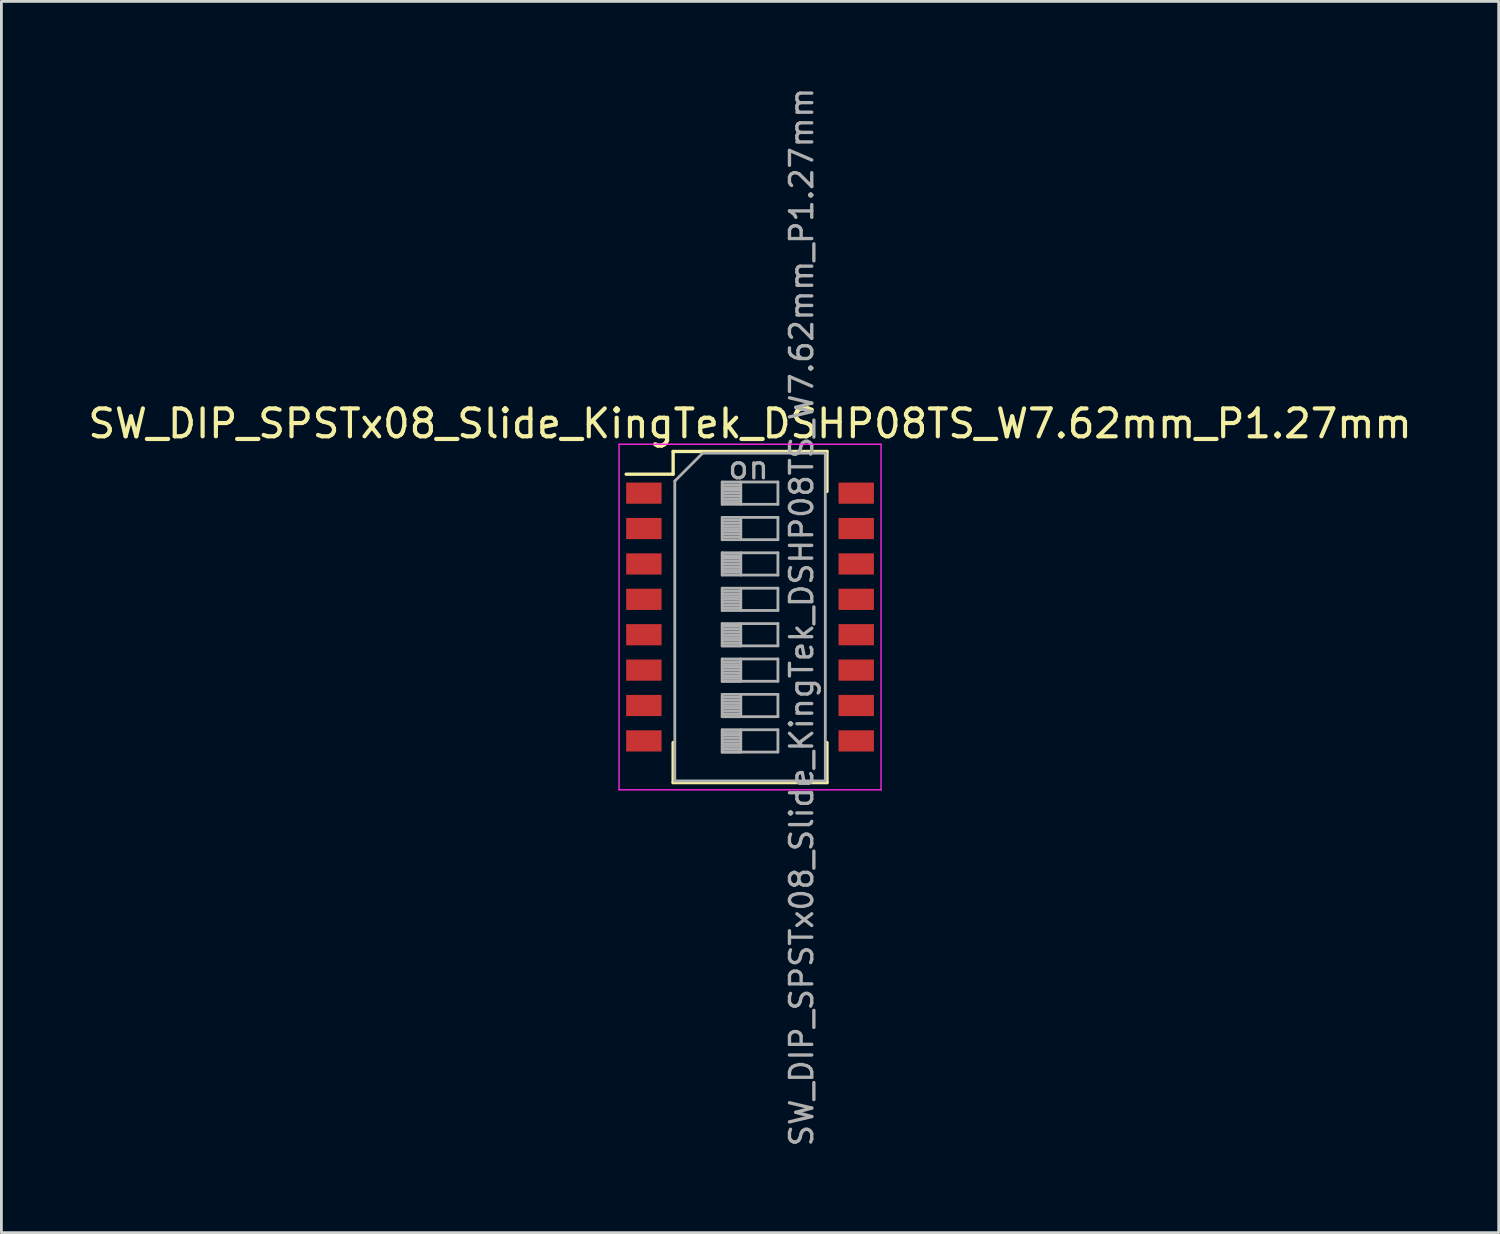
<source format=kicad_pcb>
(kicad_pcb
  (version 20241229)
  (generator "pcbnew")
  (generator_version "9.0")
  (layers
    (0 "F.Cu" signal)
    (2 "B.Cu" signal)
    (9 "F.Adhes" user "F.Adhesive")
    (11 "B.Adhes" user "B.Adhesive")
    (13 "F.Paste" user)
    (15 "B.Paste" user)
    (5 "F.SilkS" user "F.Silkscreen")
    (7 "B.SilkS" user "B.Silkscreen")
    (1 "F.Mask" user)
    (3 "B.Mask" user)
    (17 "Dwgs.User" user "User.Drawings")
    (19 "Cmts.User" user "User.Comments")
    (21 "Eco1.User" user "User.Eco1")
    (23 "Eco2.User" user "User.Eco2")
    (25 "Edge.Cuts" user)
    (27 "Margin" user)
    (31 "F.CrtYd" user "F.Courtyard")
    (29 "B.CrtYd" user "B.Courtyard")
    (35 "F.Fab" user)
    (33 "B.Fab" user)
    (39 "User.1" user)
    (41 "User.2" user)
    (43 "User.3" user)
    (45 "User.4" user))
  (footprint "SW_DIP_SPSTx08_Slide_KingTek_DSHP08TS_W7.62mm_P1.27mm"
    (layer "F.Cu")
    (at 23.863 19.09)
    (property "Reference" "SW_DIP_SPSTx08_Slide_KingTek_DSHP08TS_W7.62mm_P1.27mm" (at 0 -6.94 0) (layer "F.SilkS") (effects (font (size 1 1) (thickness 0.15))))
    (attr smd)
    (fp_line (start -4.446 -5.125) (end -2.76 -5.125) (stroke (width 0.12) (type solid)) (layer "F.SilkS"))
    (fp_line (start -2.76 -5.941) (end -2.76 -5.125) (stroke (width 0.12) (type solid)) (layer "F.SilkS"))
    (fp_line (start -2.76 -5.941) (end 2.76 -5.941) (stroke (width 0.12) (type solid)) (layer "F.SilkS"))
    (fp_line (start -2.76 4.505) (end -2.76 5.94) (stroke (width 0.12) (type solid)) (layer "F.SilkS"))
    (fp_line (start -2.76 5.94) (end 2.76 5.94) (stroke (width 0.12) (type solid)) (layer "F.SilkS"))
    (fp_line (start 2.76 -5.941) (end 2.76 -4.506) (stroke (width 0.12) (type solid)) (layer "F.SilkS"))
    (fp_line (start 2.76 4.505) (end 2.76 5.94) (stroke (width 0.12) (type solid)) (layer "F.SilkS"))
    (fp_line (start -4.7 -6.2) (end -4.7 6.2) (stroke (width 0.05) (type solid)) (layer "F.CrtYd"))
    (fp_line (start -4.7 6.2) (end 4.7 6.2) (stroke (width 0.05) (type solid)) (layer "F.CrtYd"))
    (fp_line (start 4.7 -6.2) (end -4.7 -6.2) (stroke (width 0.05) (type solid)) (layer "F.CrtYd"))
    (fp_line (start 4.7 6.2) (end 4.7 -6.2) (stroke (width 0.05) (type solid)) (layer "F.CrtYd"))
    (fp_line (start -2.7 -4.88) (end -1.7 -5.88) (stroke (width 0.1) (type solid)) (layer "F.Fab"))
    (fp_line (start -2.7 5.88) (end -2.7 -4.88) (stroke (width 0.1) (type solid)) (layer "F.Fab"))
    (fp_line (start -1.7 -5.88) (end 2.7 -5.88) (stroke (width 0.1) (type solid)) (layer "F.Fab"))
    (fp_line (start -1 -4.845) (end -1 -4.045) (stroke (width 0.1) (type solid)) (layer "F.Fab"))
    (fp_line (start -1 -4.745) (end -0.333 -4.745) (stroke (width 0.1) (type solid)) (layer "F.Fab"))
    (fp_line (start -1 -4.645) (end -0.333 -4.645) (stroke (width 0.1) (type solid)) (layer "F.Fab"))
    (fp_line (start -1 -4.545) (end -0.333 -4.545) (stroke (width 0.1) (type solid)) (layer "F.Fab"))
    (fp_line (start -1 -4.445) (end -0.333 -4.445) (stroke (width 0.1) (type solid)) (layer "F.Fab"))
    (fp_line (start -1 -4.345) (end -0.333 -4.345) (stroke (width 0.1) (type solid)) (layer "F.Fab"))
    (fp_line (start -1 -4.245) (end -0.333 -4.245) (stroke (width 0.1) (type solid)) (layer "F.Fab"))
    (fp_line (start -1 -4.145) (end -0.333 -4.145) (stroke (width 0.1) (type solid)) (layer "F.Fab"))
    (fp_line (start -1 -4.045) (end 1 -4.045) (stroke (width 0.1) (type solid)) (layer "F.Fab"))
    (fp_line (start -1 -3.575) (end -1 -2.775) (stroke (width 0.1) (type solid)) (layer "F.Fab"))
    (fp_line (start -1 -3.475) (end -0.333 -3.475) (stroke (width 0.1) (type solid)) (layer "F.Fab"))
    (fp_line (start -1 -3.375) (end -0.333 -3.375) (stroke (width 0.1) (type solid)) (layer "F.Fab"))
    (fp_line (start -1 -3.275) (end -0.333 -3.275) (stroke (width 0.1) (type solid)) (layer "F.Fab"))
    (fp_line (start -1 -3.175) (end -0.333 -3.175) (stroke (width 0.1) (type solid)) (layer "F.Fab"))
    (fp_line (start -1 -3.075) (end -0.333 -3.075) (stroke (width 0.1) (type solid)) (layer "F.Fab"))
    (fp_line (start -1 -2.975) (end -0.333 -2.975) (stroke (width 0.1) (type solid)) (layer "F.Fab"))
    (fp_line (start -1 -2.875) (end -0.333 -2.875) (stroke (width 0.1) (type solid)) (layer "F.Fab"))
    (fp_line (start -1 -2.775) (end 1 -2.775) (stroke (width 0.1) (type solid)) (layer "F.Fab"))
    (fp_line (start -1 -2.305) (end -1 -1.505) (stroke (width 0.1) (type solid)) (layer "F.Fab"))
    (fp_line (start -1 -2.205) (end -0.333 -2.205) (stroke (width 0.1) (type solid)) (layer "F.Fab"))
    (fp_line (start -1 -2.105) (end -0.333 -2.105) (stroke (width 0.1) (type solid)) (layer "F.Fab"))
    (fp_line (start -1 -2.005) (end -0.333 -2.005) (stroke (width 0.1) (type solid)) (layer "F.Fab"))
    (fp_line (start -1 -1.905) (end -0.333 -1.905) (stroke (width 0.1) (type solid)) (layer "F.Fab"))
    (fp_line (start -1 -1.805) (end -0.333 -1.805) (stroke (width 0.1) (type solid)) (layer "F.Fab"))
    (fp_line (start -1 -1.705) (end -0.333 -1.705) (stroke (width 0.1) (type solid)) (layer "F.Fab"))
    (fp_line (start -1 -1.605) (end -0.333 -1.605) (stroke (width 0.1) (type solid)) (layer "F.Fab"))
    (fp_line (start -1 -1.505) (end 1 -1.505) (stroke (width 0.1) (type solid)) (layer "F.Fab"))
    (fp_line (start -1 -1.035) (end -1 -0.235) (stroke (width 0.1) (type solid)) (layer "F.Fab"))
    (fp_line (start -1 -0.935) (end -0.333 -0.935) (stroke (width 0.1) (type solid)) (layer "F.Fab"))
    (fp_line (start -1 -0.835) (end -0.333 -0.835) (stroke (width 0.1) (type solid)) (layer "F.Fab"))
    (fp_line (start -1 -0.735) (end -0.333 -0.735) (stroke (width 0.1) (type solid)) (layer "F.Fab"))
    (fp_line (start -1 -0.635) (end -0.333 -0.635) (stroke (width 0.1) (type solid)) (layer "F.Fab"))
    (fp_line (start -1 -0.535) (end -0.333 -0.535) (stroke (width 0.1) (type solid)) (layer "F.Fab"))
    (fp_line (start -1 -0.435) (end -0.333 -0.435) (stroke (width 0.1) (type solid)) (layer "F.Fab"))
    (fp_line (start -1 -0.335) (end -0.333 -0.335) (stroke (width 0.1) (type solid)) (layer "F.Fab"))
    (fp_line (start -1 -0.235) (end 1 -0.235) (stroke (width 0.1) (type solid)) (layer "F.Fab"))
    (fp_line (start -1 0.235) (end -1 1.035) (stroke (width 0.1) (type solid)) (layer "F.Fab"))
    (fp_line (start -1 0.335) (end -0.333 0.335) (stroke (width 0.1) (type solid)) (layer "F.Fab"))
    (fp_line (start -1 0.435) (end -0.333 0.435) (stroke (width 0.1) (type solid)) (layer "F.Fab"))
    (fp_line (start -1 0.535) (end -0.333 0.535) (stroke (width 0.1) (type solid)) (layer "F.Fab"))
    (fp_line (start -1 0.635) (end -0.333 0.635) (stroke (width 0.1) (type solid)) (layer "F.Fab"))
    (fp_line (start -1 0.735) (end -0.333 0.735) (stroke (width 0.1) (type solid)) (layer "F.Fab"))
    (fp_line (start -1 0.835) (end -0.333 0.835) (stroke (width 0.1) (type solid)) (layer "F.Fab"))
    (fp_line (start -1 0.935) (end -0.333 0.935) (stroke (width 0.1) (type solid)) (layer "F.Fab"))
    (fp_line (start -1 1.035) (end -0.333 1.035) (stroke (width 0.1) (type solid)) (layer "F.Fab"))
    (fp_line (start -1 1.035) (end 1 1.035) (stroke (width 0.1) (type solid)) (layer "F.Fab"))
    (fp_line (start -1 1.505) (end -1 2.305) (stroke (width 0.1) (type solid)) (layer "F.Fab"))
    (fp_line (start -1 1.605) (end -0.333 1.605) (stroke (width 0.1) (type solid)) (layer "F.Fab"))
    (fp_line (start -1 1.705) (end -0.333 1.705) (stroke (width 0.1) (type solid)) (layer "F.Fab"))
    (fp_line (start -1 1.805) (end -0.333 1.805) (stroke (width 0.1) (type solid)) (layer "F.Fab"))
    (fp_line (start -1 1.905) (end -0.333 1.905) (stroke (width 0.1) (type solid)) (layer "F.Fab"))
    (fp_line (start -1 2.005) (end -0.333 2.005) (stroke (width 0.1) (type solid)) (layer "F.Fab"))
    (fp_line (start -1 2.105) (end -0.333 2.105) (stroke (width 0.1) (type solid)) (layer "F.Fab"))
    (fp_line (start -1 2.205) (end -0.333 2.205) (stroke (width 0.1) (type solid)) (layer "F.Fab"))
    (fp_line (start -1 2.305) (end -0.333 2.305) (stroke (width 0.1) (type solid)) (layer "F.Fab"))
    (fp_line (start -1 2.305) (end 1 2.305) (stroke (width 0.1) (type solid)) (layer "F.Fab"))
    (fp_line (start -1 2.775) (end -1 3.575) (stroke (width 0.1) (type solid)) (layer "F.Fab"))
    (fp_line (start -1 2.875) (end -0.333 2.875) (stroke (width 0.1) (type solid)) (layer "F.Fab"))
    (fp_line (start -1 2.975) (end -0.333 2.975) (stroke (width 0.1) (type solid)) (layer "F.Fab"))
    (fp_line (start -1 3.075) (end -0.333 3.075) (stroke (width 0.1) (type solid)) (layer "F.Fab"))
    (fp_line (start -1 3.175) (end -0.333 3.175) (stroke (width 0.1) (type solid)) (layer "F.Fab"))
    (fp_line (start -1 3.275) (end -0.333 3.275) (stroke (width 0.1) (type solid)) (layer "F.Fab"))
    (fp_line (start -1 3.375) (end -0.333 3.375) (stroke (width 0.1) (type solid)) (layer "F.Fab"))
    (fp_line (start -1 3.475) (end -0.333 3.475) (stroke (width 0.1) (type solid)) (layer "F.Fab"))
    (fp_line (start -1 3.575) (end -0.333 3.575) (stroke (width 0.1) (type solid)) (layer "F.Fab"))
    (fp_line (start -1 3.575) (end 1 3.575) (stroke (width 0.1) (type solid)) (layer "F.Fab"))
    (fp_line (start -1 4.045) (end -1 4.845) (stroke (width 0.1) (type solid)) (layer "F.Fab"))
    (fp_line (start -1 4.145) (end -0.333 4.145) (stroke (width 0.1) (type solid)) (layer "F.Fab"))
    (fp_line (start -1 4.245) (end -0.333 4.245) (stroke (width 0.1) (type solid)) (layer "F.Fab"))
    (fp_line (start -1 4.345) (end -0.333 4.345) (stroke (width 0.1) (type solid)) (layer "F.Fab"))
    (fp_line (start -1 4.445) (end -0.333 4.445) (stroke (width 0.1) (type solid)) (layer "F.Fab"))
    (fp_line (start -1 4.545) (end -0.333 4.545) (stroke (width 0.1) (type solid)) (layer "F.Fab"))
    (fp_line (start -1 4.645) (end -0.333 4.645) (stroke (width 0.1) (type solid)) (layer "F.Fab"))
    (fp_line (start -1 4.745) (end -0.333 4.745) (stroke (width 0.1) (type solid)) (layer "F.Fab"))
    (fp_line (start -1 4.845) (end -0.333 4.845) (stroke (width 0.1) (type solid)) (layer "F.Fab"))
    (fp_line (start -1 4.845) (end 1 4.845) (stroke (width 0.1) (type solid)) (layer "F.Fab"))
    (fp_line (start -0.333 -4.845) (end -0.333 -4.045) (stroke (width 0.1) (type solid)) (layer "F.Fab"))
    (fp_line (start -0.333 -3.575) (end -0.333 -2.775) (stroke (width 0.1) (type solid)) (layer "F.Fab"))
    (fp_line (start -0.333 -2.305) (end -0.333 -1.505) (stroke (width 0.1) (type solid)) (layer "F.Fab"))
    (fp_line (start -0.333 -1.035) (end -0.333 -0.235) (stroke (width 0.1) (type solid)) (layer "F.Fab"))
    (fp_line (start -0.333 0.235) (end -0.333 1.035) (stroke (width 0.1) (type solid)) (layer "F.Fab"))
    (fp_line (start -0.333 1.505) (end -0.333 2.305) (stroke (width 0.1) (type solid)) (layer "F.Fab"))
    (fp_line (start -0.333 2.775) (end -0.333 3.575) (stroke (width 0.1) (type solid)) (layer "F.Fab"))
    (fp_line (start -0.333 4.045) (end -0.333 4.845) (stroke (width 0.1) (type solid)) (layer "F.Fab"))
    (fp_line (start 1 -4.845) (end -1 -4.845) (stroke (width 0.1) (type solid)) (layer "F.Fab"))
    (fp_line (start 1 -4.045) (end 1 -4.845) (stroke (width 0.1) (type solid)) (layer "F.Fab"))
    (fp_line (start 1 -3.575) (end -1 -3.575) (stroke (width 0.1) (type solid)) (layer "F.Fab"))
    (fp_line (start 1 -2.775) (end 1 -3.575) (stroke (width 0.1) (type solid)) (layer "F.Fab"))
    (fp_line (start 1 -2.305) (end -1 -2.305) (stroke (width 0.1) (type solid)) (layer "F.Fab"))
    (fp_line (start 1 -1.505) (end 1 -2.305) (stroke (width 0.1) (type solid)) (layer "F.Fab"))
    (fp_line (start 1 -1.035) (end -1 -1.035) (stroke (width 0.1) (type solid)) (layer "F.Fab"))
    (fp_line (start 1 -0.235) (end 1 -1.035) (stroke (width 0.1) (type solid)) (layer "F.Fab"))
    (fp_line (start 1 0.235) (end -1 0.235) (stroke (width 0.1) (type solid)) (layer "F.Fab"))
    (fp_line (start 1 1.035) (end 1 0.235) (stroke (width 0.1) (type solid)) (layer "F.Fab"))
    (fp_line (start 1 1.505) (end -1 1.505) (stroke (width 0.1) (type solid)) (layer "F.Fab"))
    (fp_line (start 1 2.305) (end 1 1.505) (stroke (width 0.1) (type solid)) (layer "F.Fab"))
    (fp_line (start 1 2.775) (end -1 2.775) (stroke (width 0.1) (type solid)) (layer "F.Fab"))
    (fp_line (start 1 3.575) (end 1 2.775) (stroke (width 0.1) (type solid)) (layer "F.Fab"))
    (fp_line (start 1 4.045) (end -1 4.045) (stroke (width 0.1) (type solid)) (layer "F.Fab"))
    (fp_line (start 1 4.845) (end 1 4.045) (stroke (width 0.1) (type solid)) (layer "F.Fab"))
    (fp_line (start 2.7 -5.88) (end 2.7 5.88) (stroke (width 0.1) (type solid)) (layer "F.Fab"))
    (fp_line (start 2.7 5.88) (end -2.7 5.88) (stroke (width 0.1) (type solid)) (layer "F.Fab"))
    (fp_text user "${REFERENCE}" (at 1.85 0 90) (layer "F.Fab") (effects (font (size 0.8 0.8) (thickness 0.12))))
    (fp_text user "on" (at -0.055 -5.362 0) (layer "F.Fab") (effects (font (size 0.8 0.8) (thickness 0.12))))
    (pad "1" smd rect (at -3.81 -4.445) (size 1.27 0.76) (layers "F.Cu" "F.Mask" "F.Paste"))
    (pad "2" smd rect (at -3.81 -3.175) (size 1.27 0.76) (layers "F.Cu" "F.Mask" "F.Paste"))
    (pad "3" smd rect (at -3.81 -1.905) (size 1.27 0.76) (layers "F.Cu" "F.Mask" "F.Paste"))
    (pad "4" smd rect (at -3.81 -0.635) (size 1.27 0.76) (layers "F.Cu" "F.Mask" "F.Paste"))
    (pad "5" smd rect (at -3.81 0.635) (size 1.27 0.76) (layers "F.Cu" "F.Mask" "F.Paste"))
    (pad "6" smd rect (at -3.81 1.905) (size 1.27 0.76) (layers "F.Cu" "F.Mask" "F.Paste"))
    (pad "7" smd rect (at -3.81 3.175) (size 1.27 0.76) (layers "F.Cu" "F.Mask" "F.Paste"))
    (pad "8" smd rect (at -3.81 4.445) (size 1.27 0.76) (layers "F.Cu" "F.Mask" "F.Paste"))
    (pad "9" smd rect (at 3.81 4.445) (size 1.27 0.76) (layers "F.Cu" "F.Mask" "F.Paste"))
    (pad "10" smd rect (at 3.81 3.175) (size 1.27 0.76) (layers "F.Cu" "F.Mask" "F.Paste"))
    (pad "11" smd rect (at 3.81 1.905) (size 1.27 0.76) (layers "F.Cu" "F.Mask" "F.Paste"))
    (pad "12" smd rect (at 3.81 0.635) (size 1.27 0.76) (layers "F.Cu" "F.Mask" "F.Paste"))
    (pad "13" smd rect (at 3.81 -0.635) (size 1.27 0.76) (layers "F.Cu" "F.Mask" "F.Paste"))
    (pad "14" smd rect (at 3.81 -1.905) (size 1.27 0.76) (layers "F.Cu" "F.Mask" "F.Paste"))
    (pad "15" smd rect (at 3.81 -3.175) (size 1.27 0.76) (layers "F.Cu" "F.Mask" "F.Paste"))
    (pad "16" smd rect (at 3.81 -4.445) (size 1.27 0.76) (layers "F.Cu" "F.Mask" "F.Paste")))
  (gr_rect
    (start -3 -3)
    (end 50.726 41.181)
    (stroke (width 0.1) (type default))
    (fill no)
    (layer "Edge.Cuts")))
</source>
